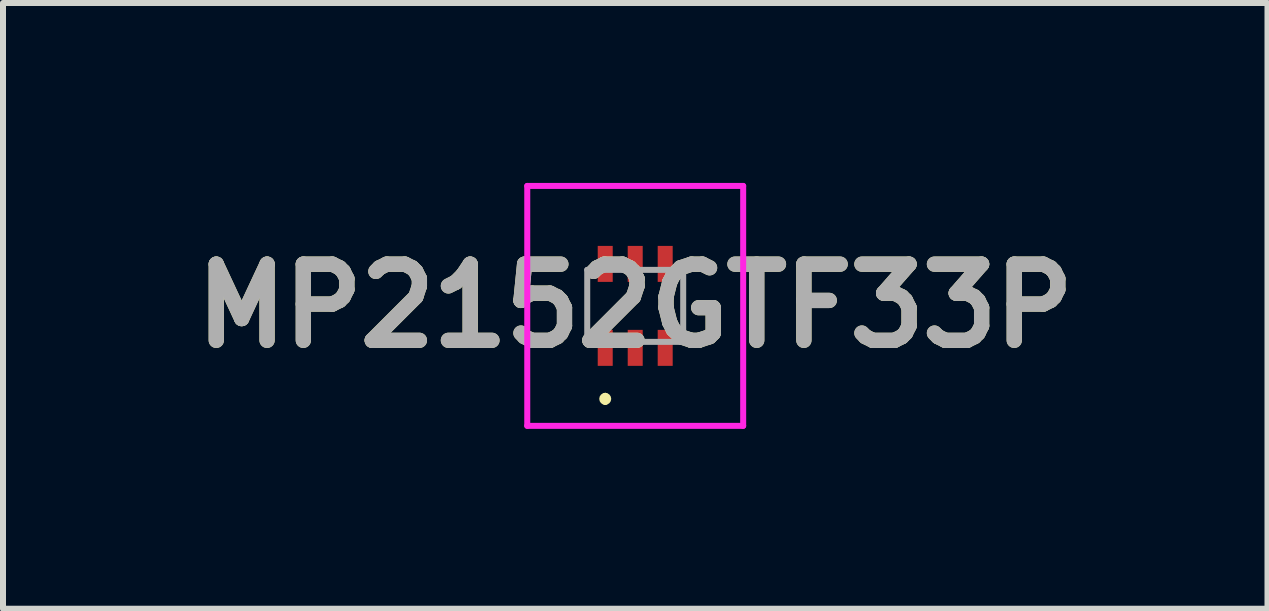
<source format=kicad_pcb>
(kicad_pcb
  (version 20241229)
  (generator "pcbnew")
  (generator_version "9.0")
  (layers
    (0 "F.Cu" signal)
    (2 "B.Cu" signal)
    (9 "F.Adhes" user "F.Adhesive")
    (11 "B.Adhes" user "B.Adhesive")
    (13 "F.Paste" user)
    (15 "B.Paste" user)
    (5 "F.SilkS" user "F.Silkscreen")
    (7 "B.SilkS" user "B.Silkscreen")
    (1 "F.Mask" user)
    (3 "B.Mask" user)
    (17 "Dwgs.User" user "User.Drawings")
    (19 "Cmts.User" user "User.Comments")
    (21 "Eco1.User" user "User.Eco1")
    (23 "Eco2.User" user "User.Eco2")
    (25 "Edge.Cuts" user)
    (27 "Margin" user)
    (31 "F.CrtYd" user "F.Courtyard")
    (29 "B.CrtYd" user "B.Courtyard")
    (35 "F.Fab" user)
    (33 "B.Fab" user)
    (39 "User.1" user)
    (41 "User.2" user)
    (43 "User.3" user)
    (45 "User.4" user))
  (footprint "MP2152GTF33P"
    (layer "F.Cu")
    (at 7.541 2.05)
    (property "Reference" "MP2152GTF33P" (at 0 0 0) (layer "F.SilkS") (effects (font (size 1.27 1.27) (thickness 0.254))))
    (attr smd)
    (fp_line (start -0.5 1.5) (end -0.5 1.5) (stroke (width 0.1) (type solid)) (layer "F.SilkS"))
    (fp_line (start -0.5 1.6) (end -0.5 1.6) (stroke (width 0.1) (type solid)) (layer "F.SilkS"))
    (fp_arc (start -0.5 1.5) (mid -0.45 1.55) (end -0.5 1.6) (stroke (width 0.1) (type solid)) (layer "F.SilkS"))
    (fp_arc (start -0.5 1.6) (mid -0.55 1.55) (end -0.5 1.5) (stroke (width 0.1) (type solid)) (layer "F.SilkS"))
    (fp_line (start -1.8 -2) (end 1.8 -2) (stroke (width 0.1) (type solid)) (layer "F.CrtYd"))
    (fp_line (start -1.8 2) (end -1.8 -2) (stroke (width 0.1) (type solid)) (layer "F.CrtYd"))
    (fp_line (start 1.8 -2) (end 1.8 2) (stroke (width 0.1) (type solid)) (layer "F.CrtYd"))
    (fp_line (start 1.8 2) (end -1.8 2) (stroke (width 0.1) (type solid)) (layer "F.CrtYd"))
    (fp_line (start -0.8 -0.6) (end -0.8 0.6) (stroke (width 0.1) (type solid)) (layer "F.Fab"))
    (fp_line (start -0.8 0.6) (end 0.8 0.6) (stroke (width 0.1) (type solid)) (layer "F.Fab"))
    (fp_line (start 0.8 -0.6) (end -0.8 -0.6) (stroke (width 0.1) (type solid)) (layer "F.Fab"))
    (fp_line (start 0.8 0.6) (end 0.8 -0.6) (stroke (width 0.1) (type solid)) (layer "F.Fab"))
    (fp_text user "${REFERENCE}" (at 0 0 0) (layer "F.Fab") (effects (font (size 1.27 1.27) (thickness 0.254))))
    (pad "1" smd rect (at -0.5 0.7) (size 0.25 0.6) (layers "F.Cu" "F.Mask" "F.Paste"))
    (pad "2" smd rect (at 0 0.7) (size 0.25 0.6) (layers "F.Cu" "F.Mask" "F.Paste"))
    (pad "3" smd rect (at 0.5 0.7) (size 0.25 0.6) (layers "F.Cu" "F.Mask" "F.Paste"))
    (pad "4" smd rect (at 0.5 -0.7) (size 0.25 0.6) (layers "F.Cu" "F.Mask" "F.Paste"))
    (pad "5" smd rect (at 0 -0.7) (size 0.25 0.6) (layers "F.Cu" "F.Mask" "F.Paste"))
    (pad "6" smd rect (at -0.5 -0.7) (size 0.25 0.6) (layers "F.Cu" "F.Mask" "F.Paste")))
  (gr_rect
    (start -3 -3)
    (end 18.083 7.1)
    (stroke (width 0.1) (type default))
    (fill no)
    (layer "Edge.Cuts")))
</source>
